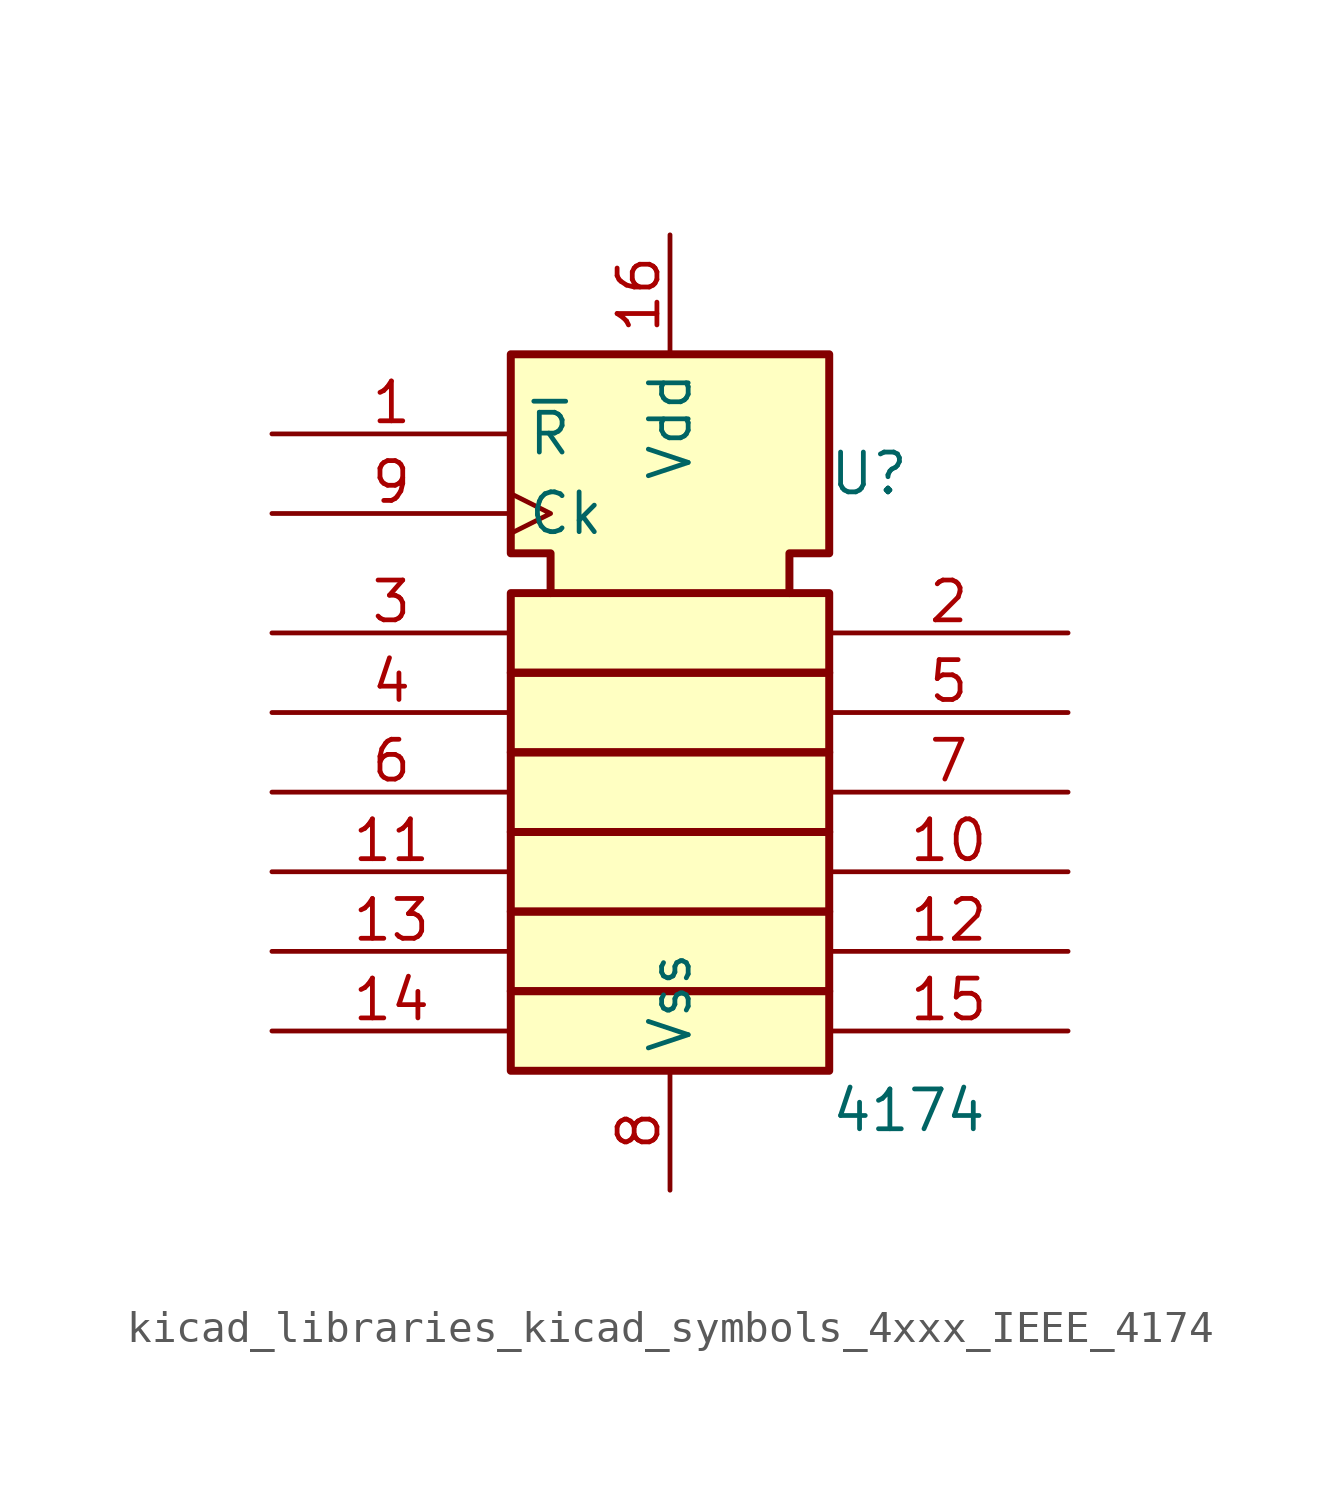
<source format=kicad_sym>
(kicad_symbol_lib
  (version 20220914)
  (generator kicad_symbol_editor)
  (symbol "kicad_libraries_kicad_symbols_4xxx_IEEE_4174"
    (property "Reference" "U"
      (at 6.35 8.89 0)
      (effects (font (size 1.27 1.27))))
    (property "Value" "4174"
      (at 7.62 -11.43 0)
      (effects (font (size 1.27 1.27))))
    (symbol "kicad_libraries_kicad_symbols_4xxx_IEEE_4174_0_0"
      (pin input line (at -12.7 10.16 0) (length 7.62) (name "~{R}" (effects (font (size 1.27 1.27)))) (number "1" (effects (font (size 1.27 1.27)))))
      (pin power_in line (at 0 16.51 270) (length 3.81) (name "Vdd" (effects (font (size 1.27 1.27)))) (number "16" (effects (font (size 1.27 1.27)))))
      (pin power_in line (at 0 -13.97 90) (length 3.81) (name "Vss" (effects (font (size 1.27 1.27)))) (number "8" (effects (font (size 1.27 1.27)))))
      (pin input clock (at -12.7 7.62 0) (length 7.62) (name "Ck" (effects (font (size 1.27 1.27)))) (number "9" (effects (font (size 1.27 1.27))))))
    (symbol "kicad_libraries_kicad_symbols_4xxx_IEEE_4174_0_1"
      (rectangle (start -5.08 -7.62) (end 5.08 -10.16) (stroke (width 0.254) (type default)) (fill (type background)))
      (rectangle (start -5.08 -5.08) (end 5.08 -7.62) (stroke (width 0.254) (type default)) (fill (type background)))
      (rectangle (start -5.08 -2.54) (end 5.08 -5.08) (stroke (width 0.254) (type default)) (fill (type background)))
      (rectangle (start -5.08 0) (end 5.08 -2.54) (stroke (width 0.254) (type default)) (fill (type background)))
      (rectangle (start -5.08 2.54) (end 5.08 0) (stroke (width 0.254) (type default)) (fill (type background)))
      (rectangle (start -5.08 5.08) (end 5.08 2.54) (stroke (width 0.254) (type default)) (fill (type background)))
      (polyline (pts (xy -3.81 5.08) (xy -3.81 6.35) (xy -5.08 6.35) (xy -5.08 12.7) (xy 5.08 12.7) (xy 5.08 6.35) (xy 3.81 6.35) (xy 3.81 5.08) (xy 3.81 5.08)) (stroke (width 0.254) (type default)) (fill (type background))))
    (symbol "kicad_libraries_kicad_symbols_4xxx_IEEE_4174_1_0"
      (pin output line (at 12.7 -3.81 180) (length 7.62) (name "~" (effects (font (size 1.27 1.27)))) (number "10" (effects (font (size 1.27 1.27)))))
      (pin input line (at -12.7 -3.81 0) (length 7.62) (name "~" (effects (font (size 1.27 1.27)))) (number "11" (effects (font (size 1.27 1.27)))))
      (pin output line (at 12.7 -6.35 180) (length 7.62) (name "~" (effects (font (size 1.27 1.27)))) (number "12" (effects (font (size 1.27 1.27)))))
      (pin input line (at -12.7 -6.35 0) (length 7.62) (name "~" (effects (font (size 1.27 1.27)))) (number "13" (effects (font (size 1.27 1.27)))))
      (pin input line (at -12.7 -8.89 0) (length 7.62) (name "~" (effects (font (size 1.27 1.27)))) (number "14" (effects (font (size 1.27 1.27)))))
      (pin output line (at 12.7 -8.89 180) (length 7.62) (name "~" (effects (font (size 1.27 1.27)))) (number "15" (effects (font (size 1.27 1.27)))))
      (pin output line (at 12.7 3.81 180) (length 7.62) (name "~" (effects (font (size 1.27 1.27)))) (number "2" (effects (font (size 1.27 1.27)))))
      (pin input line (at -12.7 3.81 0) (length 7.62) (name "~" (effects (font (size 1.27 1.27)))) (number "3" (effects (font (size 1.27 1.27)))))
      (pin input line (at -12.7 1.27 0) (length 7.62) (name "~" (effects (font (size 1.27 1.27)))) (number "4" (effects (font (size 1.27 1.27)))))
      (pin output line (at 12.7 1.27 180) (length 7.62) (name "~" (effects (font (size 1.27 1.27)))) (number "5" (effects (font (size 1.27 1.27)))))
      (pin input line (at -12.7 -1.27 0) (length 7.62) (name "~" (effects (font (size 1.27 1.27)))) (number "6" (effects (font (size 1.27 1.27)))))
      (pin output line (at 12.7 -1.27 180) (length 7.62) (name "~" (effects (font (size 1.27 1.27)))) (number "7" (effects (font (size 1.27 1.27))))))))
</source>
